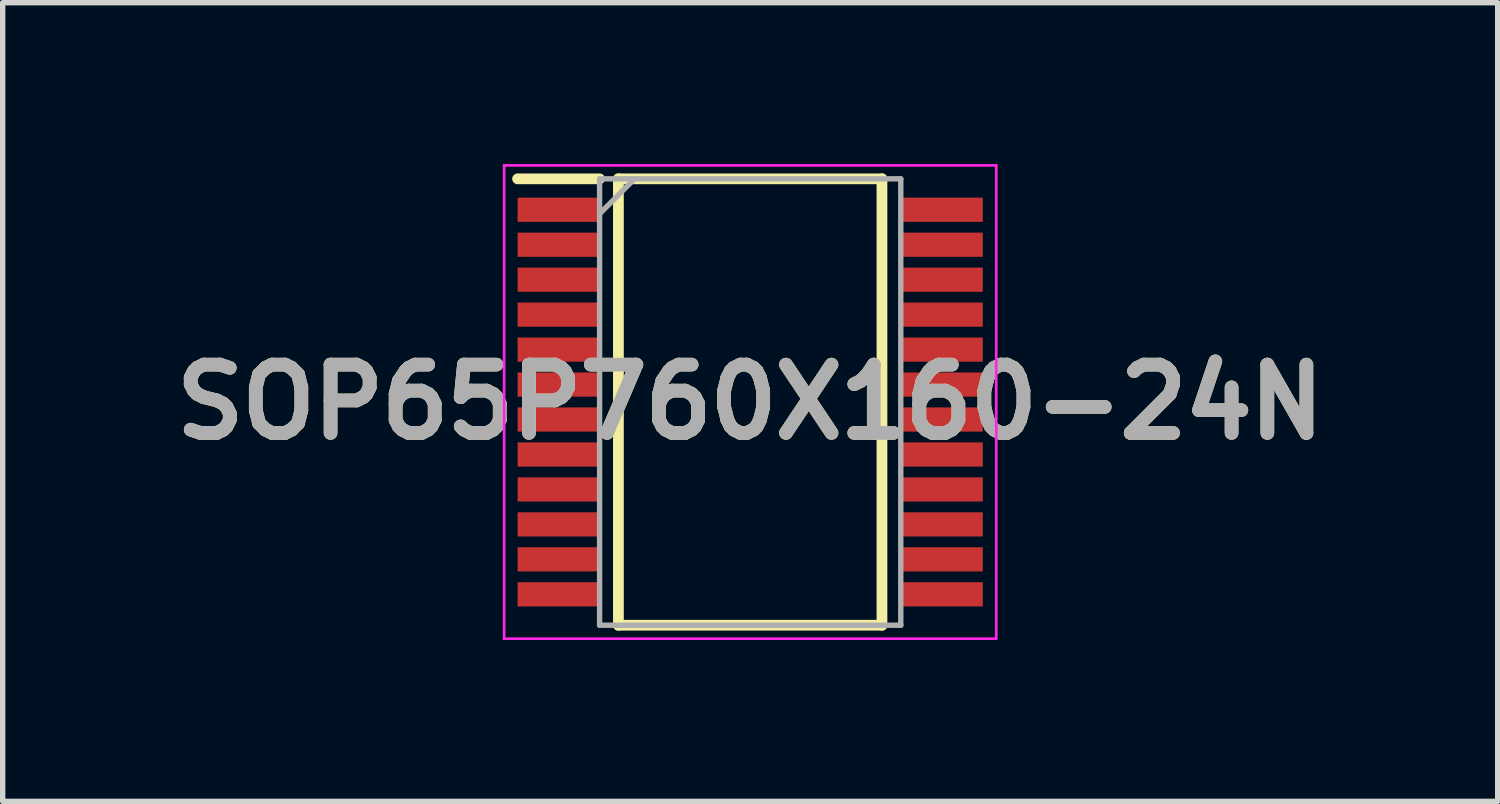
<source format=kicad_pcb>
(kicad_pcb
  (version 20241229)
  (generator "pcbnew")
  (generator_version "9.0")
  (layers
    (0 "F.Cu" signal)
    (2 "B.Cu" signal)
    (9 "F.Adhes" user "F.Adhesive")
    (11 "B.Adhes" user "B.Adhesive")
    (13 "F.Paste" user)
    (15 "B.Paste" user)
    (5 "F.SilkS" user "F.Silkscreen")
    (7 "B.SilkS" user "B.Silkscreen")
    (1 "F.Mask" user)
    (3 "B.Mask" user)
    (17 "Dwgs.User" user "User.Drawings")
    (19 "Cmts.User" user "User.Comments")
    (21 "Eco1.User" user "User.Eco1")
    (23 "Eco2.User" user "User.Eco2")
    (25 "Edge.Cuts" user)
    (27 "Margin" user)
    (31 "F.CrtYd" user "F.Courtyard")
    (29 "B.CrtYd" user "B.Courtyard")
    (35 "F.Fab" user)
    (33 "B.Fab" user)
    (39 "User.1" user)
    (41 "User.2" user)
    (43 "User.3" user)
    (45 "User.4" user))
  (footprint "SOP65P760X160-24N"
    (layer "F.Cu")
    (at 10.898 4.425)
    (property "Reference" "SOP65P760X160-24N" (at 0 0 0) (layer "F.SilkS") (effects (font (size 1.27 1.27) (thickness 0.254))))
    (attr smd)
    (fp_line (start -4.325 -4.15) (end -2.8 -4.15) (stroke (width 0.2) (type solid)) (layer "F.SilkS"))
    (fp_line (start -2.45 -4.15) (end 2.45 -4.15) (stroke (width 0.2) (type solid)) (layer "F.SilkS"))
    (fp_line (start -2.45 4.15) (end -2.45 -4.15) (stroke (width 0.2) (type solid)) (layer "F.SilkS"))
    (fp_line (start 2.45 -4.15) (end 2.45 4.15) (stroke (width 0.2) (type solid)) (layer "F.SilkS"))
    (fp_line (start 2.45 4.15) (end -2.45 4.15) (stroke (width 0.2) (type solid)) (layer "F.SilkS"))
    (fp_line (start -4.575 -4.4) (end 4.575 -4.4) (stroke (width 0.05) (type solid)) (layer "F.CrtYd"))
    (fp_line (start -4.575 4.4) (end -4.575 -4.4) (stroke (width 0.05) (type solid)) (layer "F.CrtYd"))
    (fp_line (start 4.575 -4.4) (end 4.575 4.4) (stroke (width 0.05) (type solid)) (layer "F.CrtYd"))
    (fp_line (start 4.575 4.4) (end -4.575 4.4) (stroke (width 0.05) (type solid)) (layer "F.CrtYd"))
    (fp_line (start -2.8 -4.15) (end 2.8 -4.15) (stroke (width 0.1) (type solid)) (layer "F.Fab"))
    (fp_line (start -2.8 -3.5) (end -2.15 -4.15) (stroke (width 0.1) (type solid)) (layer "F.Fab"))
    (fp_line (start -2.8 4.15) (end -2.8 -4.15) (stroke (width 0.1) (type solid)) (layer "F.Fab"))
    (fp_line (start 2.8 -4.15) (end 2.8 4.15) (stroke (width 0.1) (type solid)) (layer "F.Fab"))
    (fp_line (start 2.8 4.15) (end -2.8 4.15) (stroke (width 0.1) (type solid)) (layer "F.Fab"))
    (fp_text user "${REFERENCE}" (at 0 0 0) (layer "F.Fab") (effects (font (size 1.27 1.27) (thickness 0.254))))
    (pad "1" smd rect (at -3.562 -3.575 90) (size 0.45 1.525) (layers "F.Cu" "F.Mask" "F.Paste"))
    (pad "2" smd rect (at -3.562 -2.925 90) (size 0.45 1.525) (layers "F.Cu" "F.Mask" "F.Paste"))
    (pad "3" smd rect (at -3.562 -2.275 90) (size 0.45 1.525) (layers "F.Cu" "F.Mask" "F.Paste"))
    (pad "4" smd rect (at -3.562 -1.625 90) (size 0.45 1.525) (layers "F.Cu" "F.Mask" "F.Paste"))
    (pad "5" smd rect (at -3.562 -0.975 90) (size 0.45 1.525) (layers "F.Cu" "F.Mask" "F.Paste"))
    (pad "6" smd rect (at -3.562 -0.325 90) (size 0.45 1.525) (layers "F.Cu" "F.Mask" "F.Paste"))
    (pad "7" smd rect (at -3.562 0.325 90) (size 0.45 1.525) (layers "F.Cu" "F.Mask" "F.Paste"))
    (pad "8" smd rect (at -3.562 0.975 90) (size 0.45 1.525) (layers "F.Cu" "F.Mask" "F.Paste"))
    (pad "9" smd rect (at -3.562 1.625 90) (size 0.45 1.525) (layers "F.Cu" "F.Mask" "F.Paste"))
    (pad "10" smd rect (at -3.562 2.275 90) (size 0.45 1.525) (layers "F.Cu" "F.Mask" "F.Paste"))
    (pad "11" smd rect (at -3.562 2.925 90) (size 0.45 1.525) (layers "F.Cu" "F.Mask" "F.Paste"))
    (pad "12" smd rect (at -3.562 3.575 90) (size 0.45 1.525) (layers "F.Cu" "F.Mask" "F.Paste"))
    (pad "13" smd rect (at 3.562 3.575 90) (size 0.45 1.525) (layers "F.Cu" "F.Mask" "F.Paste"))
    (pad "14" smd rect (at 3.562 2.925 90) (size 0.45 1.525) (layers "F.Cu" "F.Mask" "F.Paste"))
    (pad "15" smd rect (at 3.562 2.275 90) (size 0.45 1.525) (layers "F.Cu" "F.Mask" "F.Paste"))
    (pad "16" smd rect (at 3.562 1.625 90) (size 0.45 1.525) (layers "F.Cu" "F.Mask" "F.Paste"))
    (pad "17" smd rect (at 3.562 0.975 90) (size 0.45 1.525) (layers "F.Cu" "F.Mask" "F.Paste"))
    (pad "18" smd rect (at 3.562 0.325 90) (size 0.45 1.525) (layers "F.Cu" "F.Mask" "F.Paste"))
    (pad "19" smd rect (at 3.562 -0.325 90) (size 0.45 1.525) (layers "F.Cu" "F.Mask" "F.Paste"))
    (pad "20" smd rect (at 3.562 -0.975 90) (size 0.45 1.525) (layers "F.Cu" "F.Mask" "F.Paste"))
    (pad "21" smd rect (at 3.562 -1.625 90) (size 0.45 1.525) (layers "F.Cu" "F.Mask" "F.Paste"))
    (pad "22" smd rect (at 3.562 -2.275 90) (size 0.45 1.525) (layers "F.Cu" "F.Mask" "F.Paste"))
    (pad "23" smd rect (at 3.562 -2.925 90) (size 0.45 1.525) (layers "F.Cu" "F.Mask" "F.Paste"))
    (pad "24" smd rect (at 3.562 -3.575 90) (size 0.45 1.525) (layers "F.Cu" "F.Mask" "F.Paste")))
  (gr_rect
    (start -3 -3)
    (end 24.796 11.85)
    (stroke (width 0.1) (type default))
    (fill no)
    (layer "Edge.Cuts")))
</source>
